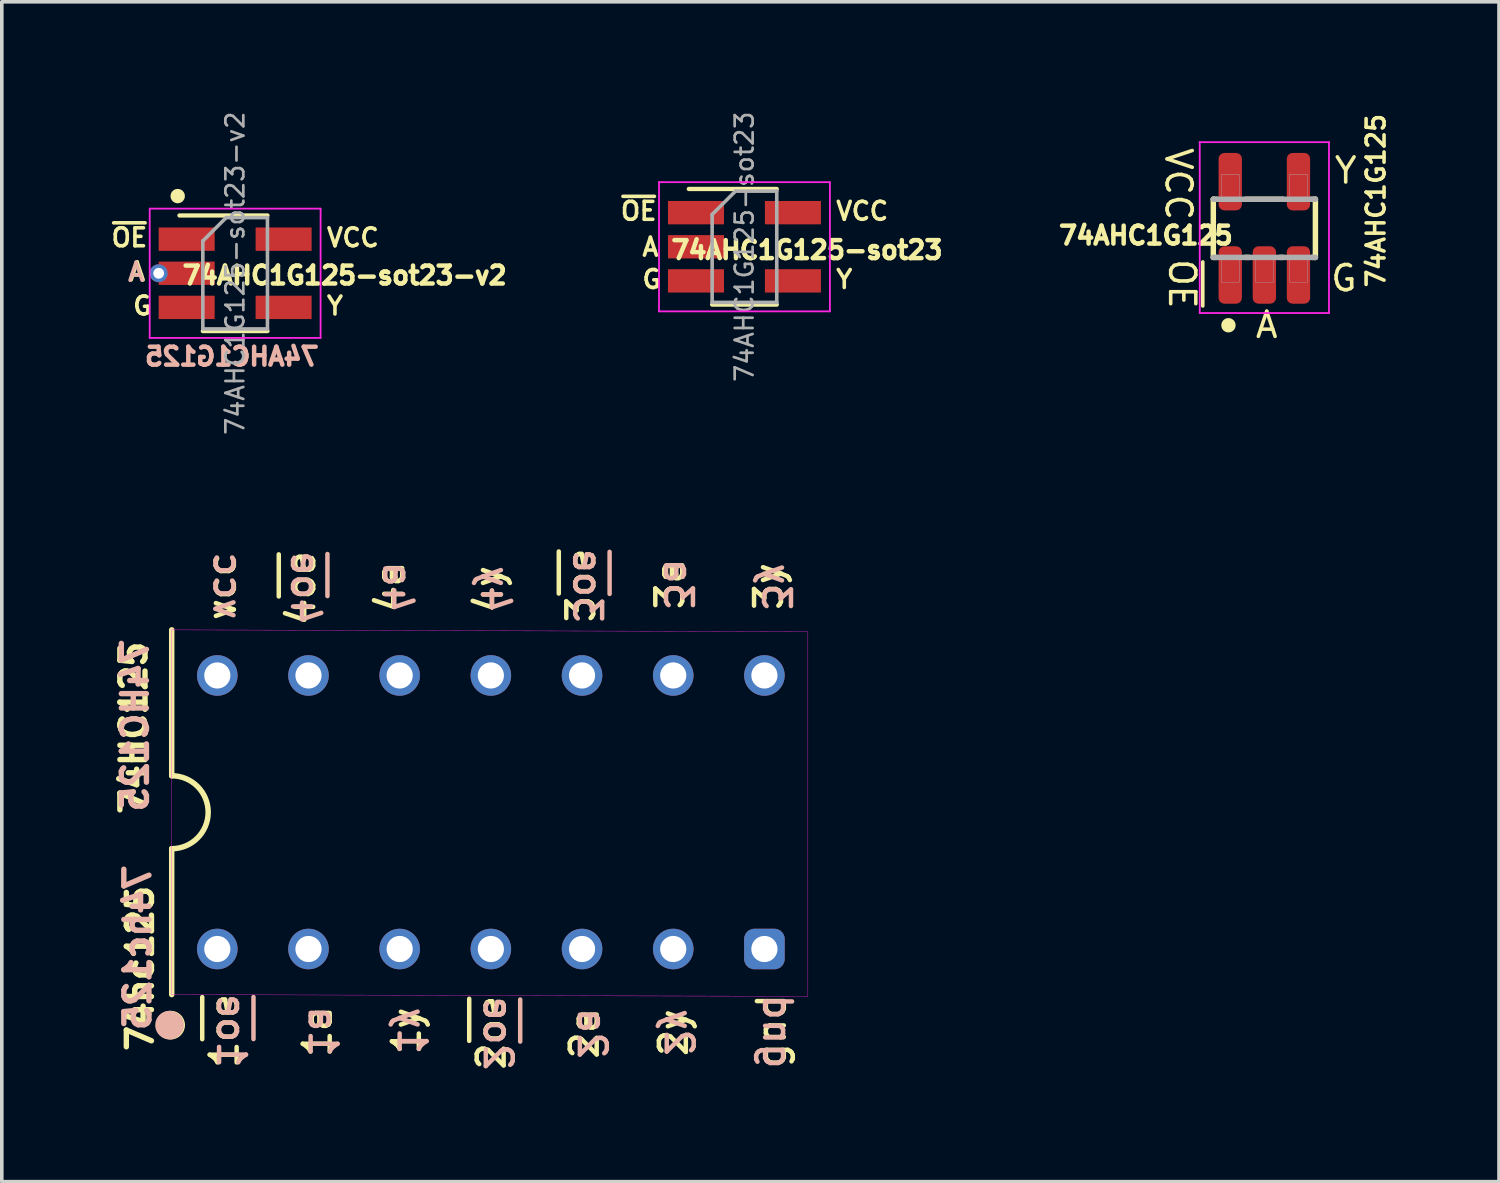
<source format=kicad_pcb>
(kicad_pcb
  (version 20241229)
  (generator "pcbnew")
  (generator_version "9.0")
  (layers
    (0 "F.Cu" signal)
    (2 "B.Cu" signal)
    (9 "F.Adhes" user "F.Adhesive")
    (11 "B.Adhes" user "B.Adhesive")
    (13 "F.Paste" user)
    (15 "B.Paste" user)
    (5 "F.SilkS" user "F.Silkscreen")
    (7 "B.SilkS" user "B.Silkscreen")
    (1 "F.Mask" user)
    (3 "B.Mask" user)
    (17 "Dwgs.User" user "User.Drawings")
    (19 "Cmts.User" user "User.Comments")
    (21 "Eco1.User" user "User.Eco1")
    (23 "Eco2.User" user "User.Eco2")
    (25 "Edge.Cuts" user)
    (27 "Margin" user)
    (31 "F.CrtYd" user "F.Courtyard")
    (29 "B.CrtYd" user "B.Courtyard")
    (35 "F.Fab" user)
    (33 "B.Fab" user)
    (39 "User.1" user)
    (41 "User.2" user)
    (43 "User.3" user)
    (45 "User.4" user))
  (footprint "74AHC1G125-sot23-v2"
    (layer "F.Cu")
    (at 3.5 4.562)
    (property "Reference" "74AHC1G125-sot23-v2" (at 3.05 0.06 180) (layer "F.SilkS") (effects (font (size 0.5 0.5) (thickness 0.125))))
    (property "Value" "74AHC1G125" (at 0.06 2.33 180) (layer "F.SilkS") (hide yes) (effects (font (size 0.5 0.5) (thickness 0.125))))
    (attr smd)
    (fp_line (start -0.9 1.61) (end 0.9 1.61) (stroke (width 0.12) (type solid)) (layer "F.SilkS"))
    (fp_line (start 0.9 -1.61) (end -1.55 -1.61) (stroke (width 0.12) (type solid)) (layer "F.SilkS"))
    (fp_circle (center -1.6 -2.15) (end -1.45 -2.15) (stroke (width 0.1) (type solid)) (fill yes) (layer "F.SilkS"))
    (fp_line (start -2.38 -1.8) (end -2.38 1.8) (stroke (width 0.05) (type solid)) (layer "F.CrtYd"))
    (fp_line (start -2.38 -1.8) (end 2.38 -1.8) (stroke (width 0.05) (type solid)) (layer "F.CrtYd"))
    (fp_line (start 2.38 1.8) (end -2.38 1.8) (stroke (width 0.05) (type solid)) (layer "F.CrtYd"))
    (fp_line (start 2.38 1.8) (end 2.38 -1.8) (stroke (width 0.05) (type solid)) (layer "F.CrtYd"))
    (fp_line (start -0.9 -0.9) (end -0.9 1.55) (stroke (width 0.1) (type solid)) (layer "F.Fab"))
    (fp_line (start -0.9 -0.9) (end -0.25 -1.55) (stroke (width 0.1) (type solid)) (layer "F.Fab"))
    (fp_line (start 0.9 -1.55) (end -0.25 -1.55) (stroke (width 0.1) (type solid)) (layer "F.Fab"))
    (fp_line (start 0.9 -1.55) (end 0.9 1.55) (stroke (width 0.1) (type solid)) (layer "F.Fab"))
    (fp_line (start 0.9 1.55) (end -0.9 1.55) (stroke (width 0.1) (type solid)) (layer "F.Fab"))
    (fp_text user "Y" (at 2.5 1.2 0) (unlocked yes) (layer "F.SilkS") (effects (font (size 0.5 0.5) (thickness 0.1)) (justify left bottom)))
    (fp_text user "G" (at -2.9 1.2 0) (unlocked yes) (layer "F.SilkS") (effects (font (size 0.5 0.5) (thickness 0.1)) (justify left bottom)))
    (fp_text user "VCC" (at 2.5 -0.7 0) (unlocked yes) (layer "F.SilkS") (effects (font (size 0.5 0.5) (thickness 0.1)) (justify left bottom)))
    (fp_text user "~{OE}" (at -3.5 -0.7 0) (unlocked yes) (layer "F.SilkS") (effects (font (size 0.5 0.5) (thickness 0.1)) (justify left bottom)))
    (fp_text user "A" (at -3.01 0.25 0) (unlocked yes) (layer "F.SilkS") (effects (font (size 0.5 0.5) (thickness 0.1)) (justify left bottom)))
    (fp_text user "${VALUE}" (at -0.09 2.32 180) (layer "B.SilkS") (effects (font (size 0.5 0.5) (thickness 0.125)) (justify mirror)))
    (fp_text user "A" (at -2.48 0.26 0) (unlocked yes) (layer "B.SilkS") (effects (font (size 0.5 0.5) (thickness 0.1)) (justify left bottom mirror)))
    (fp_text user "${REFERENCE}" (at 0 0 90) (layer "F.Fab") (effects (font (size 0.5 0.5) (thickness 0.075))))
    (pad "1" smd rect (at -1.35 -0.95) (size 1.56 0.65) (layers "F.Cu" "F.Mask" "F.Paste"))
    (pad "2" thru_hole circle (at -2.13 0) (size 0.5 0.5) (drill 0.3) (layers "*.Cu" "*.Mask"))
    (pad "2" smd rect (at -1.35 0) (size 1.56 0.65) (layers "F.Cu" "F.Mask" "F.Paste"))
    (pad "3" smd rect (at -1.35 0.95) (size 1.56 0.65) (layers "F.Cu" "F.Mask" "F.Paste"))
    (pad "4" smd rect (at 1.35 0.95) (size 1.56 0.65) (layers "F.Cu" "F.Mask" "F.Paste"))
    (pad "5" smd rect (at 1.35 -0.95) (size 1.56 0.65) (layers "F.Cu" "F.Mask" "F.Paste")))
  (footprint "74hc125"
    (layer "F.Cu")
    (at 11.893 19.575)
    (property "Reference" "74hc125" (at -11.04 4.35 270) (layer "F.SilkS") (effects (font (size 0.7 0.7) (thickness 0.15))))
    (property "Value" "74HC125" (at 5.07 0.01 0) (layer "F.Fab") (hide yes) (effects (font (size 0.7 0.7) (thickness 0.15))))
    (attr through_hole)
    (fp_line (start -10.16 -5.08) (end -10.16 -1.016) (stroke (width 0.152) (type solid)) (layer "F.SilkS"))
    (fp_line (start -10.16 5.08) (end -10.16 1.016) (stroke (width 0.152) (type solid)) (layer "F.SilkS"))
    (fp_arc (start -10.16 -1.016) (mid -9.144 0) (end -10.16 1.016) (stroke (width 0.1524) (type solid)) (layer "F.SilkS"))
    (fp_circle (center -10.19 5.93) (end -9.84 5.93) (stroke (width 0.1) (type solid)) (fill yes) (layer "F.SilkS"))
    (fp_circle (center -10.22 5.93) (end -10.57 5.93) (stroke (width 0.1) (type solid)) (fill yes) (layer "B.SilkS"))
    (fp_poly (pts (xy -10.168 -5.08) (xy 7.56 -5.03) (xy 7.56 5.13) (xy -10.16 5.08)) (stroke (width 0.01) (type solid)) (fill no) (layer "F.CrtYd"))
    (fp_text user "vcc" (at -8.77 -6.29 90) (unlocked yes) (layer "F.SilkS") (effects (font (size 0.75 0.75) (thickness 0.125))))
    (fp_text user "4~{oe}" (at -6.56 -6.24 90) (unlocked yes) (layer "F.SilkS") (effects (font (size 0.75 0.75) (thickness 0.125))))
    (fp_text user "4a" (at -4.08 -6.28 90) (unlocked yes) (layer "F.SilkS") (effects (font (size 0.75 0.75) (thickness 0.125))))
    (fp_text user "4y" (at -1.33 -6.21 90) (unlocked yes) (layer "F.SilkS") (effects (font (size 0.75 0.75) (thickness 0.125))))
    (fp_text user "gnd" (at 6.55 6.1 90) (unlocked yes) (layer "F.SilkS") (effects (font (size 0.75 0.75) (thickness 0.125))))
    (fp_text user "1y" (at -3.617 6.093 90) (unlocked yes) (layer "F.SilkS") (effects (font (size 0.75 0.75) (thickness 0.125))))
    (fp_text user "3~{oe}" (at 1.24 -6.32 90) (unlocked yes) (layer "F.SilkS") (effects (font (size 0.75 0.75) (thickness 0.125))))
    (fp_text user "3y" (at 6.47 -6.29 90) (unlocked yes) (layer "F.SilkS") (effects (font (size 0.75 0.75) (thickness 0.125))))
    (fp_text user "2y" (at 3.82 6.14 90) (unlocked yes) (layer "F.SilkS") (effects (font (size 0.75 0.75) (thickness 0.125))))
    (fp_text user "2~{oe}" (at -1.255 6.14 90) (unlocked yes) (layer "F.SilkS") (effects (font (size 0.75 0.75) (thickness 0.125))))
    (fp_text user "2a" (at 1.337 6.157 90) (unlocked yes) (layer "F.SilkS") (effects (font (size 0.75 0.75) (thickness 0.125))))
    (fp_text user "${VALUE}" (at -11.22 -2.35 90) (layer "F.SilkS") (effects (font (size 0.7 0.7) (thickness 0.15))))
    (fp_text user "1~{oe}" (at -8.692 6.093 90) (unlocked yes) (layer "F.SilkS") (effects (font (size 0.75 0.75) (thickness 0.125))))
    (fp_text user "1a" (at -6.1 6.11 90) (unlocked yes) (layer "F.SilkS") (effects (font (size 0.75 0.75) (thickness 0.125))))
    (fp_text user "3a" (at 3.72 -6.36 90) (unlocked yes) (layer "F.SilkS") (effects (font (size 0.75 0.75) (thickness 0.125))))
    (fp_text user "4~{oe}" (at -6.44 -6.25 270) (unlocked yes) (layer "B.SilkS") (effects (font (size 0.75 0.75) (thickness 0.125)) (justify mirror)))
    (fp_text user "${REFERENCE}" (at -11.11 3.77 270) (layer "B.SilkS") (effects (font (size 0.7 0.7) (thickness 0.15)) (justify mirror)))
    (fp_text user "1y" (at -3.47 6.09 270) (unlocked yes) (layer "B.SilkS") (effects (font (size 0.75 0.75) (thickness 0.125)) (justify mirror)))
    (fp_text user "3a" (at 3.95 -6.36 270) (unlocked yes) (layer "B.SilkS") (effects (font (size 0.75 0.75) (thickness 0.125)) (justify mirror)))
    (fp_text user "${VALUE}" (at -11.18 -2.42 90) (layer "B.SilkS") (effects (font (size 0.7 0.7) (thickness 0.15)) (justify mirror)))
    (fp_text user "4a" (at -3.87 -6.27 270) (unlocked yes) (layer "B.SilkS") (effects (font (size 0.75 0.75) (thickness 0.125)) (justify mirror)))
    (fp_text user "vcc" (at -8.6 -6.31 270) (unlocked yes) (layer "B.SilkS") (effects (font (size 0.75 0.75) (thickness 0.125)) (justify mirror)))
    (fp_text user "3~{oe}" (at 1.42 -6.31 270) (unlocked yes) (layer "B.SilkS") (effects (font (size 0.75 0.75) (thickness 0.125)) (justify mirror)))
    (fp_text user "2a" (at 1.55 6.16 270) (unlocked yes) (layer "B.SilkS") (effects (font (size 0.75 0.75) (thickness 0.125)) (justify mirror)))
    (fp_text user "3y" (at 6.68 -6.28 270) (unlocked yes) (layer "B.SilkS") (effects (font (size 0.75 0.75) (thickness 0.125)) (justify mirror)))
    (fp_text user "2y" (at 3.97 6.13 270) (unlocked yes) (layer "B.SilkS") (effects (font (size 0.75 0.75) (thickness 0.125)) (justify mirror)))
    (fp_text user "1~{oe}" (at -8.5 6.09 270) (unlocked yes) (layer "B.SilkS") (effects (font (size 0.75 0.75) (thickness 0.125)) (justify mirror)))
    (fp_text user "1a" (at -5.95 6.11 270) (unlocked yes) (layer "B.SilkS") (effects (font (size 0.75 0.75) (thickness 0.125)) (justify mirror)))
    (fp_text user "gnd" (at 6.71 6.11 270) (unlocked yes) (layer "B.SilkS") (effects (font (size 0.75 0.75) (thickness 0.125)) (justify mirror)))
    (fp_text user "2~{oe}" (at -1.07 6.16 270) (unlocked yes) (layer "B.SilkS") (effects (font (size 0.75 0.75) (thickness 0.125)) (justify mirror)))
    (fp_text user "4y" (at -1.15 -6.21 270) (unlocked yes) (layer "B.SilkS") (effects (font (size 0.75 0.75) (thickness 0.125)) (justify mirror)))
    (pad "1" thru_hole circle (at -8.89 3.81) (size 1.13 1.13) (drill 0.73) (layers "*.Cu" "*.Mask"))
    (pad "2" thru_hole circle (at -6.35 3.81) (size 1.13 1.13) (drill 0.73) (layers "*.Cu" "*.Mask"))
    (pad "3" thru_hole circle (at -3.81 3.81) (size 1.13 1.13) (drill 0.73) (layers "*.Cu" "*.Mask"))
    (pad "4" thru_hole circle (at -1.27 3.81) (size 1.13 1.13) (drill 0.73) (layers "*.Cu" "*.Mask"))
    (pad "5" thru_hole circle (at 1.27 3.81) (size 1.13 1.13) (drill 0.73) (layers "*.Cu" "*.Mask"))
    (pad "6" thru_hole circle (at 3.81 3.81) (size 1.13 1.13) (drill 0.73) (layers "*.Cu" "*.Mask"))
    (pad "7" thru_hole roundrect (at 6.35 3.81) (size 1.13 1.13) (drill 0.73) (layers "*.Cu" "*.Mask") (roundrect_rratio 0.25))
    (pad "8" thru_hole circle (at 6.35 -3.81) (size 1.13 1.13) (drill 0.73) (layers "*.Cu" "*.Mask"))
    (pad "9" thru_hole circle (at 3.81 -3.81) (size 1.13 1.13) (drill 0.73) (layers "*.Cu" "*.Mask"))
    (pad "10" thru_hole circle (at 1.27 -3.81) (size 1.13 1.13) (drill 0.73) (layers "*.Cu" "*.Mask"))
    (pad "11" thru_hole circle (at -1.27 -3.81) (size 1.13 1.13) (drill 0.73) (layers "*.Cu" "*.Mask"))
    (pad "12" thru_hole circle (at -3.81 -3.81) (size 1.13 1.13) (drill 0.73) (layers "*.Cu" "*.Mask"))
    (pad "13" thru_hole circle (at -6.35 -3.81) (size 1.13 1.13) (drill 0.73) (layers "*.Cu" "*.Mask"))
    (pad "14" thru_hole circle (at -8.89 -3.81) (size 1.13 1.13) (drill 0.73) (layers "*.Cu" "*.Mask")))
  (footprint "74AHC1G125"
    (layer "F.Cu")
    (at 32.169 3.31)
    (property "Reference" "74AHC1G125" (at -3.3 0.2 0) (layer "F.SilkS") (effects (font (size 0.5 0.5) (thickness 0.125))))
    (property "Value" "${REFERENCE}" (at 5.1 0.1 0) (layer "F.Fab") (hide yes) (effects (font (size 1 1) (thickness 0.15))))
    (attr smd)
    (fp_line (start -1.422 -0.81) (end -1.328 -0.81) (stroke (width 0.152) (type solid)) (layer "F.SilkS"))
    (fp_line (start -1.422 0.81) (end -1.422 -0.81) (stroke (width 0.152) (type solid)) (layer "F.SilkS"))
    (fp_line (start -1.328 0.81) (end -1.422 0.81) (stroke (width 0.152) (type solid)) (layer "F.SilkS"))
    (fp_line (start -0.522 -0.81) (end 0.522 -0.81) (stroke (width 0.152) (type solid)) (layer "F.SilkS"))
    (fp_line (start -0.428 0.81) (end -0.522 0.81) (stroke (width 0.152) (type solid)) (layer "F.SilkS"))
    (fp_line (start 0.522 0.81) (end 0.428 0.81) (stroke (width 0.152) (type solid)) (layer "F.SilkS"))
    (fp_line (start 1.328 -0.81) (end 1.422 -0.81) (stroke (width 0.152) (type solid)) (layer "F.SilkS"))
    (fp_line (start 1.422 -0.81) (end 1.422 0.81) (stroke (width 0.152) (type solid)) (layer "F.SilkS"))
    (fp_line (start 1.422 0.81) (end 1.328 0.81) (stroke (width 0.152) (type solid)) (layer "F.SilkS"))
    (fp_circle (center -1 2.7) (end -0.85 2.7) (stroke (width 0.1) (type solid)) (fill yes) (layer "F.SilkS"))
    (fp_line (start -1.8 2.36) (end -1.8 -2.4) (stroke (width 0.05) (type solid)) (layer "F.CrtYd"))
    (fp_line (start -1.8 2.36) (end 1.8 2.36) (stroke (width 0.05) (type solid)) (layer "F.CrtYd"))
    (fp_line (start 1.8 -2.4) (end -1.8 -2.4) (stroke (width 0.05) (type solid)) (layer "F.CrtYd"))
    (fp_line (start 1.8 -2.4) (end 1.8 2.36) (stroke (width 0.05) (type solid)) (layer "F.CrtYd"))
    (fp_line (start -1.422 -0.81) (end 1.422 -0.81) (stroke (width 0.152) (type solid)) (layer "F.Fab"))
    (fp_line (start 1.422 0.81) (end -1.422 0.81) (stroke (width 0.152) (type solid)) (layer "F.Fab"))
    (fp_poly (pts (xy -1.2 -1.5) (xy -0.7 -1.5) (xy -0.7 -0.85) (xy -1.2 -0.85)) (stroke (width 0.01) (type solid)) (fill no) (layer "F.Fab"))
    (fp_poly (pts (xy -1.2 0.85) (xy -0.7 0.85) (xy -0.7 1.5) (xy -1.2 1.5)) (stroke (width 0.01) (type solid)) (fill no) (layer "F.Fab"))
    (fp_poly (pts (xy -0.25 0.85) (xy 0.25 0.85) (xy 0.25 1.5) (xy -0.25 1.5)) (stroke (width 0.01) (type solid)) (fill no) (layer "F.Fab"))
    (fp_poly (pts (xy 0.7 -1.5) (xy 1.2 -1.5) (xy 1.2 -0.85) (xy 0.7 -0.85)) (stroke (width 0.01) (type solid)) (fill no) (layer "F.Fab"))
    (fp_poly (pts (xy 0.7 0.85) (xy 1.2 0.85) (xy 1.2 1.5) (xy 0.7 1.5)) (stroke (width 0.01) (type solid)) (fill no) (layer "F.Fab"))
    (fp_text user "VCC" (at -2.8 -2.3 270) (unlocked yes) (layer "F.SilkS") (effects (font (size 0.7 0.7) (thickness 0.1)) (justify left bottom)))
    (fp_text user "G" (at 1.8 1.8 0) (unlocked yes) (layer "F.SilkS") (effects (font (size 0.7 0.7) (thickness 0.1)) (justify left bottom)))
    (fp_text user "${VALUE}" (at 3.4 1.7 90) (unlocked yes) (layer "F.SilkS") (effects (font (size 0.5 0.5) (thickness 0.1) (bold yes)) (justify left bottom)))
    (fp_text user "Y" (at 1.9 -1.2 0) (unlocked yes) (layer "F.SilkS") (effects (font (size 0.7 0.7) (thickness 0.1)) (justify left bottom)))
    (fp_text user "~{OE}" (at -2.7 0.8 270) (unlocked yes) (layer "F.SilkS") (effects (font (size 0.7 0.7) (thickness 0.1)) (justify left bottom)))
    (fp_text user "A" (at -0.3 3.1 0) (unlocked yes) (layer "F.SilkS") (effects (font (size 0.7 0.7) (thickness 0.1)) (justify left bottom)))
    (pad "1" smd roundrect (at -0.95 1.3) (size 0.65 1.6) (layers "F.Cu" "F.Mask" "F.Paste") (roundrect_rratio 0.25))
    (pad "2" smd roundrect (at 0 1.3) (size 0.65 1.6) (layers "F.Cu" "F.Mask" "F.Paste") (roundrect_rratio 0.25))
    (pad "3" smd roundrect (at 0.95 1.3) (size 0.65 1.6) (layers "F.Cu" "F.Mask" "F.Paste") (roundrect_rratio 0.25))
    (pad "4" smd roundrect (at 0.95 -1.3) (size 0.65 1.6) (layers "F.Cu" "F.Mask" "F.Paste") (roundrect_rratio 0.25))
    (pad "5" smd roundrect (at -0.95 -1.3) (size 0.65 1.6) (layers "F.Cu" "F.Mask" "F.Paste") (roundrect_rratio 0.25)))
  (footprint "74AHC1G125-sot23"
    (layer "F.Cu")
    (at 17.687 3.824)
    (property "Reference" "74AHC1G125-sot23" (at 1.74 0.09 0) (layer "F.SilkS") (effects (font (size 0.5 0.5) (thickness 0.125))))
    (attr smd)
    (fp_line (start -0.9 1.61) (end 0.9 1.61) (stroke (width 0.12) (type solid)) (layer "F.SilkS"))
    (fp_line (start 0.9 -1.61) (end -1.55 -1.61) (stroke (width 0.12) (type solid)) (layer "F.SilkS"))
    (fp_line (start -2.38 -1.8) (end -2.38 1.8) (stroke (width 0.05) (type solid)) (layer "F.CrtYd"))
    (fp_line (start -2.38 -1.8) (end 2.38 -1.8) (stroke (width 0.05) (type solid)) (layer "F.CrtYd"))
    (fp_line (start 2.38 1.8) (end -2.38 1.8) (stroke (width 0.05) (type solid)) (layer "F.CrtYd"))
    (fp_line (start 2.38 1.8) (end 2.38 -1.8) (stroke (width 0.05) (type solid)) (layer "F.CrtYd"))
    (fp_line (start -0.9 -0.9) (end -0.9 1.55) (stroke (width 0.1) (type solid)) (layer "F.Fab"))
    (fp_line (start -0.9 -0.9) (end -0.25 -1.55) (stroke (width 0.1) (type solid)) (layer "F.Fab"))
    (fp_line (start 0.9 -1.55) (end -0.25 -1.55) (stroke (width 0.1) (type solid)) (layer "F.Fab"))
    (fp_line (start 0.9 -1.55) (end 0.9 1.55) (stroke (width 0.1) (type solid)) (layer "F.Fab"))
    (fp_line (start 0.9 1.55) (end -0.9 1.55) (stroke (width 0.1) (type solid)) (layer "F.Fab"))
    (fp_text user "VCC" (at 2.5 -0.7 0) (unlocked yes) (layer "F.SilkS") (effects (font (size 0.5 0.5) (thickness 0.1)) (justify left bottom)))
    (fp_text user "A" (at -2.9 0.3 0) (unlocked yes) (layer "F.SilkS") (effects (font (size 0.5 0.5) (thickness 0.1)) (justify left bottom)))
    (fp_text user "~{OE}" (at -3.5 -0.7 0) (unlocked yes) (layer "F.SilkS") (effects (font (size 0.5 0.5) (thickness 0.1)) (justify left bottom)))
    (fp_text user "Y" (at 2.5 1.2 0) (unlocked yes) (layer "F.SilkS") (effects (font (size 0.5 0.5) (thickness 0.1)) (justify left bottom)))
    (fp_text user "G" (at -2.9 1.2 0) (unlocked yes) (layer "F.SilkS") (effects (font (size 0.5 0.5) (thickness 0.1)) (justify left bottom)))
    (fp_text user "${REFERENCE}" (at 0 0 90) (layer "F.Fab") (effects (font (size 0.5 0.5) (thickness 0.075))))
    (pad "1" smd rect (at -1.35 -0.95) (size 1.56 0.65) (layers "F.Cu" "F.Mask" "F.Paste"))
    (pad "2" smd rect (at -1.35 0) (size 1.56 0.65) (layers "F.Cu" "F.Mask" "F.Paste"))
    (pad "3" smd rect (at -1.35 0.95) (size 1.56 0.65) (layers "F.Cu" "F.Mask" "F.Paste"))
    (pad "4" smd rect (at 1.35 0.95) (size 1.56 0.65) (layers "F.Cu" "F.Mask" "F.Paste"))
    (pad "5" smd rect (at 1.35 -0.95) (size 1.56 0.65) (layers "F.Cu" "F.Mask" "F.Paste")))
  (gr_rect
    (start -3 -3)
    (end 38.705 29.866)
    (stroke (width 0.1) (type default))
    (fill no)
    (layer "Edge.Cuts")))
</source>
